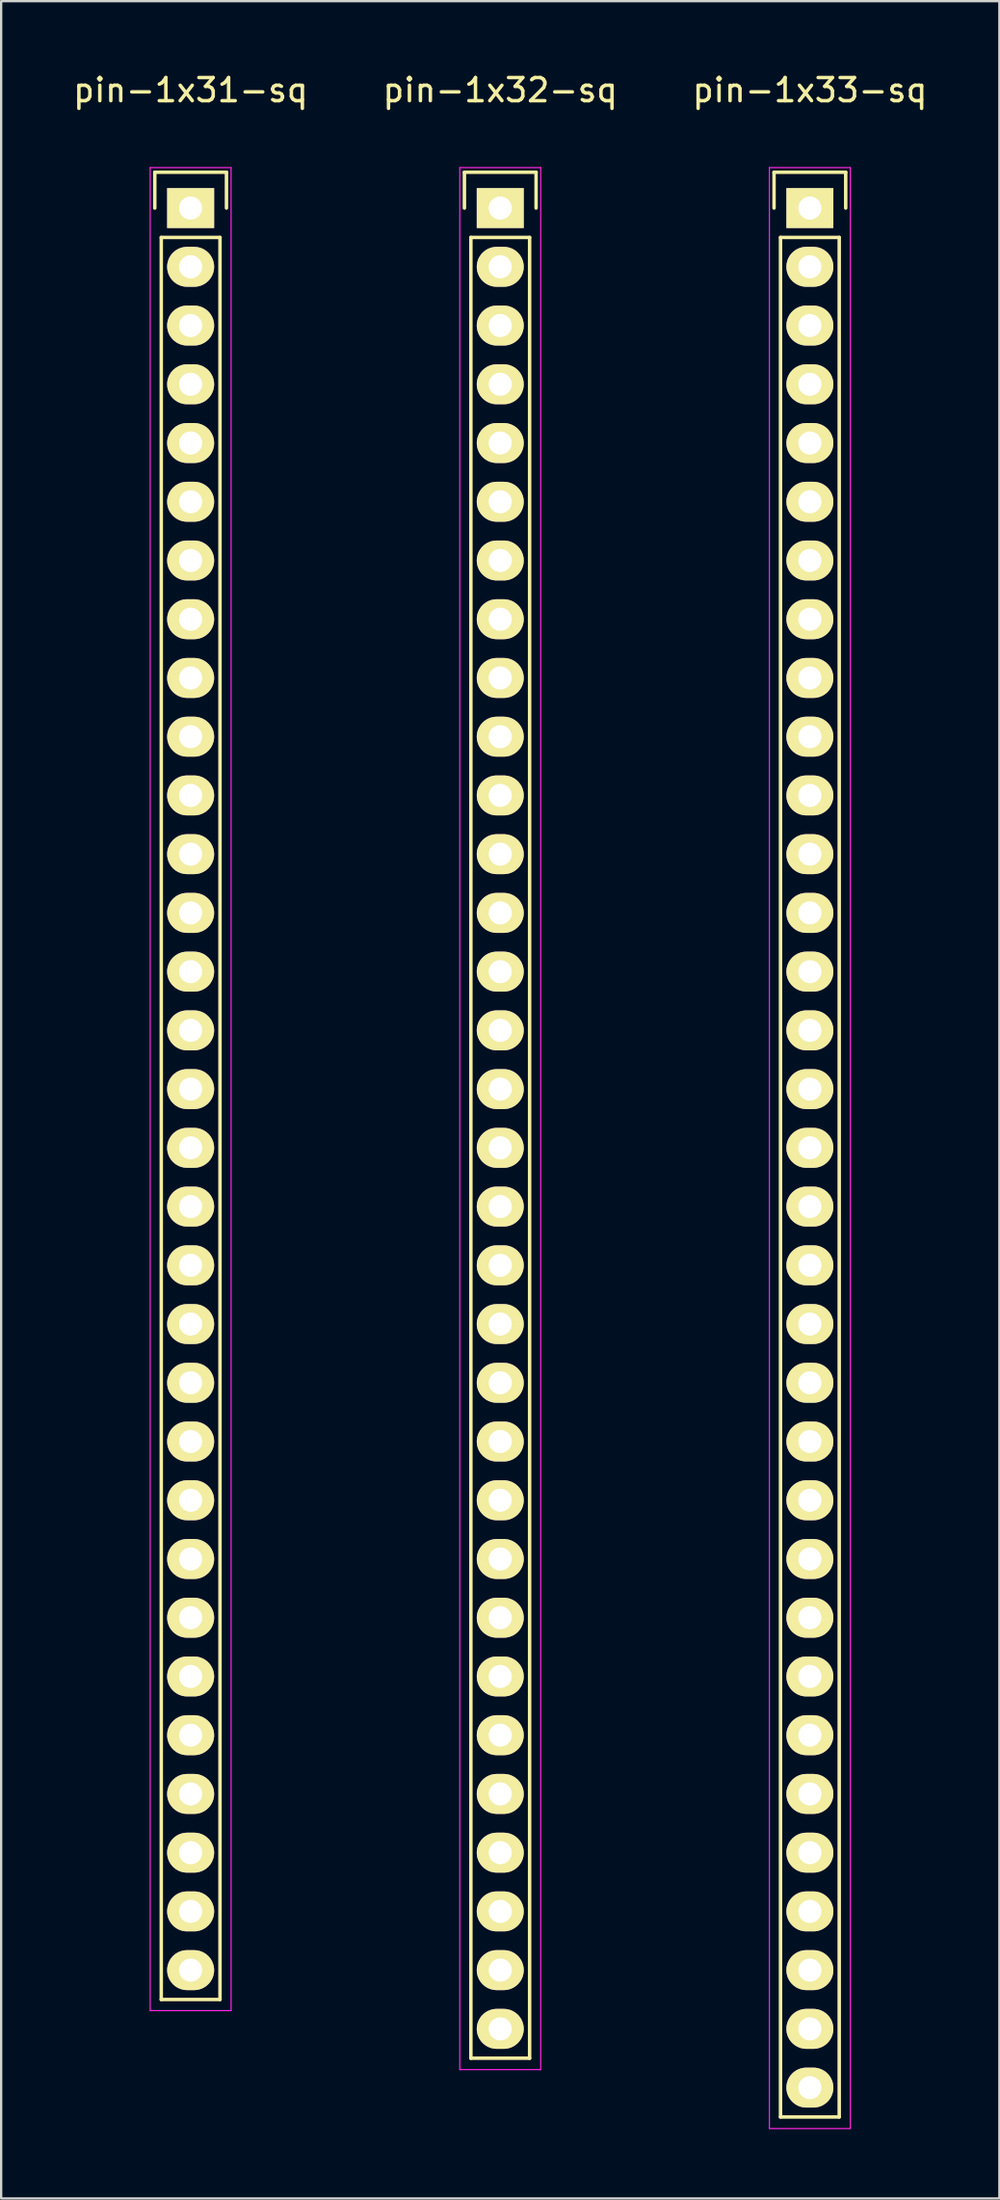
<source format=kicad_pcb>
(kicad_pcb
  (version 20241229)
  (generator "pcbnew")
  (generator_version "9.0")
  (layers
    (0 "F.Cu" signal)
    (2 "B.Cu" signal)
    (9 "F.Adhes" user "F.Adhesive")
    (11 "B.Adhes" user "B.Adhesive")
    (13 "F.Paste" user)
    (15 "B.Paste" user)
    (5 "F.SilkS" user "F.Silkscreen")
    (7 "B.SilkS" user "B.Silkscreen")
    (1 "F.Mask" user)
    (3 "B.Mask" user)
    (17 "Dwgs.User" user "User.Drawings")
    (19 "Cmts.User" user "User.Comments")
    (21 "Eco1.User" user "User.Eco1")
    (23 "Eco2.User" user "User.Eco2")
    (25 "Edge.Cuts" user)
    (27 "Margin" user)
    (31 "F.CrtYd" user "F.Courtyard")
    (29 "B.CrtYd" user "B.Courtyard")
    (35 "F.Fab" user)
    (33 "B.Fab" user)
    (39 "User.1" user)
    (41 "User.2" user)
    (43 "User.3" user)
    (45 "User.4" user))
  (footprint "pin-1x33-sq"
    (layer "F.Cu")
    (at 31.982 5.948)
    (property "Reference" "pin-1x33-sq" (at 0 -5.1 0) (layer "F.SilkS") (effects (font (size 1 1) (thickness 0.15))))
    (attr through_hole)
    (fp_line (start -1.55 -1.55) (end 1.55 -1.55) (stroke (width 0.15) (type solid)) (layer "F.SilkS"))
    (fp_line (start -1.55 0) (end -1.55 -1.55) (stroke (width 0.15) (type solid)) (layer "F.SilkS"))
    (fp_line (start -1.27 1.27) (end -1.27 82.55) (stroke (width 0.15) (type solid)) (layer "F.SilkS"))
    (fp_line (start -1.27 82.55) (end 1.27 82.55) (stroke (width 0.15) (type solid)) (layer "F.SilkS"))
    (fp_line (start 1.27 1.27) (end -1.27 1.27) (stroke (width 0.15) (type solid)) (layer "F.SilkS"))
    (fp_line (start 1.27 82.55) (end 1.27 1.27) (stroke (width 0.15) (type solid)) (layer "F.SilkS"))
    (fp_line (start 1.55 -1.55) (end 1.55 0) (stroke (width 0.15) (type solid)) (layer "F.SilkS"))
    (fp_line (start -1.75 -1.75) (end -1.75 83.05) (stroke (width 0.05) (type solid)) (layer "F.CrtYd"))
    (fp_line (start -1.75 -1.75) (end 1.75 -1.75) (stroke (width 0.05) (type solid)) (layer "F.CrtYd"))
    (fp_line (start -1.75 83.05) (end 1.75 83.05) (stroke (width 0.05) (type solid)) (layer "F.CrtYd"))
    (fp_line (start 1.75 -1.75) (end 1.75 83.05) (stroke (width 0.05) (type solid)) (layer "F.CrtYd"))
    (pad "1" thru_hole rect (at 0 0) (size 2.032 1.727) (drill 1) (layers "*.Cu" "*.Mask" "F.SilkS"))
    (pad "2" thru_hole oval (at 0 2.54) (size 2.032 1.727) (drill 1) (layers "*.Cu" "*.Mask" "F.SilkS"))
    (pad "3" thru_hole oval (at 0 5.08) (size 2.032 1.727) (drill 1) (layers "*.Cu" "*.Mask" "F.SilkS"))
    (pad "4" thru_hole oval (at 0 7.62) (size 2.032 1.727) (drill 1) (layers "*.Cu" "*.Mask" "F.SilkS"))
    (pad "5" thru_hole oval (at 0 10.16) (size 2.032 1.727) (drill 1) (layers "*.Cu" "*.Mask" "F.SilkS"))
    (pad "6" thru_hole oval (at 0 12.7) (size 2.032 1.727) (drill 1) (layers "*.Cu" "*.Mask" "F.SilkS"))
    (pad "7" thru_hole oval (at 0 15.24) (size 2.032 1.727) (drill 1) (layers "*.Cu" "*.Mask" "F.SilkS"))
    (pad "8" thru_hole oval (at 0 17.78) (size 2.032 1.727) (drill 1) (layers "*.Cu" "*.Mask" "F.SilkS"))
    (pad "9" thru_hole oval (at 0 20.32) (size 2.032 1.727) (drill 1) (layers "*.Cu" "*.Mask" "F.SilkS"))
    (pad "10" thru_hole oval (at 0 22.86) (size 2.032 1.727) (drill 1) (layers "*.Cu" "*.Mask" "F.SilkS"))
    (pad "11" thru_hole oval (at 0 25.4) (size 2.032 1.727) (drill 1) (layers "*.Cu" "*.Mask" "F.SilkS"))
    (pad "12" thru_hole oval (at 0 27.94) (size 2.032 1.727) (drill 1) (layers "*.Cu" "*.Mask" "F.SilkS"))
    (pad "13" thru_hole oval (at 0 30.48) (size 2.032 1.727) (drill 1) (layers "*.Cu" "*.Mask" "F.SilkS"))
    (pad "14" thru_hole oval (at 0 33.02) (size 2.032 1.727) (drill 1) (layers "*.Cu" "*.Mask" "F.SilkS"))
    (pad "15" thru_hole oval (at 0 35.56) (size 2.032 1.727) (drill 1) (layers "*.Cu" "*.Mask" "F.SilkS"))
    (pad "16" thru_hole oval (at 0 38.1) (size 2.032 1.727) (drill 1) (layers "*.Cu" "*.Mask" "F.SilkS"))
    (pad "17" thru_hole oval (at 0 40.64) (size 2.032 1.727) (drill 1) (layers "*.Cu" "*.Mask" "F.SilkS"))
    (pad "18" thru_hole oval (at 0 43.18) (size 2.032 1.727) (drill 1) (layers "*.Cu" "*.Mask" "F.SilkS"))
    (pad "19" thru_hole oval (at 0 45.72) (size 2.032 1.727) (drill 1) (layers "*.Cu" "*.Mask" "F.SilkS"))
    (pad "20" thru_hole oval (at 0 48.26) (size 2.032 1.727) (drill 1) (layers "*.Cu" "*.Mask" "F.SilkS"))
    (pad "21" thru_hole oval (at 0 50.8) (size 2.032 1.727) (drill 1) (layers "*.Cu" "*.Mask" "F.SilkS"))
    (pad "22" thru_hole oval (at 0 53.34) (size 2.032 1.727) (drill 1) (layers "*.Cu" "*.Mask" "F.SilkS"))
    (pad "23" thru_hole oval (at 0 55.88) (size 2.032 1.727) (drill 1) (layers "*.Cu" "*.Mask" "F.SilkS"))
    (pad "24" thru_hole oval (at 0 58.42) (size 2.032 1.727) (drill 1) (layers "*.Cu" "*.Mask" "F.SilkS"))
    (pad "25" thru_hole oval (at 0 60.96) (size 2.032 1.727) (drill 1) (layers "*.Cu" "*.Mask" "F.SilkS"))
    (pad "26" thru_hole oval (at 0 63.5) (size 2.032 1.727) (drill 1) (layers "*.Cu" "*.Mask" "F.SilkS"))
    (pad "27" thru_hole oval (at 0 66.04) (size 2.032 1.727) (drill 1) (layers "*.Cu" "*.Mask" "F.SilkS"))
    (pad "28" thru_hole oval (at 0 68.58) (size 2.032 1.727) (drill 1) (layers "*.Cu" "*.Mask" "F.SilkS"))
    (pad "29" thru_hole oval (at 0 71.12) (size 2.032 1.727) (drill 1) (layers "*.Cu" "*.Mask" "F.SilkS"))
    (pad "30" thru_hole oval (at 0 73.66) (size 2.032 1.727) (drill 1) (layers "*.Cu" "*.Mask" "F.SilkS"))
    (pad "31" thru_hole oval (at 0 76.2) (size 2.032 1.727) (drill 1) (layers "*.Cu" "*.Mask" "F.SilkS"))
    (pad "32" thru_hole oval (at 0 78.74) (size 2.032 1.727) (drill 1) (layers "*.Cu" "*.Mask" "F.SilkS"))
    (pad "33" thru_hole oval (at 0 81.28) (size 2.032 1.727) (drill 1) (layers "*.Cu" "*.Mask" "F.SilkS")))
  (footprint "pin-1x32-sq"
    (layer "F.Cu")
    (at 18.589 5.948)
    (property "Reference" "pin-1x32-sq" (at 0 -5.1 0) (layer "F.SilkS") (effects (font (size 1 1) (thickness 0.15))))
    (attr through_hole)
    (fp_line (start -1.55 -1.55) (end 1.55 -1.55) (stroke (width 0.15) (type solid)) (layer "F.SilkS"))
    (fp_line (start -1.55 0) (end -1.55 -1.55) (stroke (width 0.15) (type solid)) (layer "F.SilkS"))
    (fp_line (start -1.27 1.27) (end -1.27 80.01) (stroke (width 0.15) (type solid)) (layer "F.SilkS"))
    (fp_line (start -1.27 80.01) (end 1.27 80.01) (stroke (width 0.15) (type solid)) (layer "F.SilkS"))
    (fp_line (start 1.27 1.27) (end -1.27 1.27) (stroke (width 0.15) (type solid)) (layer "F.SilkS"))
    (fp_line (start 1.27 80.01) (end 1.27 1.27) (stroke (width 0.15) (type solid)) (layer "F.SilkS"))
    (fp_line (start 1.55 -1.55) (end 1.55 0) (stroke (width 0.15) (type solid)) (layer "F.SilkS"))
    (fp_line (start -1.75 -1.75) (end -1.75 80.5) (stroke (width 0.05) (type solid)) (layer "F.CrtYd"))
    (fp_line (start -1.75 -1.75) (end 1.75 -1.75) (stroke (width 0.05) (type solid)) (layer "F.CrtYd"))
    (fp_line (start -1.75 80.5) (end 1.75 80.5) (stroke (width 0.05) (type solid)) (layer "F.CrtYd"))
    (fp_line (start 1.75 -1.75) (end 1.75 80.5) (stroke (width 0.05) (type solid)) (layer "F.CrtYd"))
    (pad "1" thru_hole rect (at 0 0) (size 2.032 1.727) (drill 1) (layers "*.Cu" "*.Mask" "F.SilkS"))
    (pad "2" thru_hole oval (at 0 2.54) (size 2.032 1.727) (drill 1) (layers "*.Cu" "*.Mask" "F.SilkS"))
    (pad "3" thru_hole oval (at 0 5.08) (size 2.032 1.727) (drill 1) (layers "*.Cu" "*.Mask" "F.SilkS"))
    (pad "4" thru_hole oval (at 0 7.62) (size 2.032 1.727) (drill 1) (layers "*.Cu" "*.Mask" "F.SilkS"))
    (pad "5" thru_hole oval (at 0 10.16) (size 2.032 1.727) (drill 1) (layers "*.Cu" "*.Mask" "F.SilkS"))
    (pad "6" thru_hole oval (at 0 12.7) (size 2.032 1.727) (drill 1) (layers "*.Cu" "*.Mask" "F.SilkS"))
    (pad "7" thru_hole oval (at 0 15.24) (size 2.032 1.727) (drill 1) (layers "*.Cu" "*.Mask" "F.SilkS"))
    (pad "8" thru_hole oval (at 0 17.78) (size 2.032 1.727) (drill 1) (layers "*.Cu" "*.Mask" "F.SilkS"))
    (pad "9" thru_hole oval (at 0 20.32) (size 2.032 1.727) (drill 1) (layers "*.Cu" "*.Mask" "F.SilkS"))
    (pad "10" thru_hole oval (at 0 22.86) (size 2.032 1.727) (drill 1) (layers "*.Cu" "*.Mask" "F.SilkS"))
    (pad "11" thru_hole oval (at 0 25.4) (size 2.032 1.727) (drill 1) (layers "*.Cu" "*.Mask" "F.SilkS"))
    (pad "12" thru_hole oval (at 0 27.94) (size 2.032 1.727) (drill 1) (layers "*.Cu" "*.Mask" "F.SilkS"))
    (pad "13" thru_hole oval (at 0 30.48) (size 2.032 1.727) (drill 1) (layers "*.Cu" "*.Mask" "F.SilkS"))
    (pad "14" thru_hole oval (at 0 33.02) (size 2.032 1.727) (drill 1) (layers "*.Cu" "*.Mask" "F.SilkS"))
    (pad "15" thru_hole oval (at 0 35.56) (size 2.032 1.727) (drill 1) (layers "*.Cu" "*.Mask" "F.SilkS"))
    (pad "16" thru_hole oval (at 0 38.1) (size 2.032 1.727) (drill 1) (layers "*.Cu" "*.Mask" "F.SilkS"))
    (pad "17" thru_hole oval (at 0 40.64) (size 2.032 1.727) (drill 1) (layers "*.Cu" "*.Mask" "F.SilkS"))
    (pad "18" thru_hole oval (at 0 43.18) (size 2.032 1.727) (drill 1) (layers "*.Cu" "*.Mask" "F.SilkS"))
    (pad "19" thru_hole oval (at 0 45.72) (size 2.032 1.727) (drill 1) (layers "*.Cu" "*.Mask" "F.SilkS"))
    (pad "20" thru_hole oval (at 0 48.26) (size 2.032 1.727) (drill 1) (layers "*.Cu" "*.Mask" "F.SilkS"))
    (pad "21" thru_hole oval (at 0 50.8) (size 2.032 1.727) (drill 1) (layers "*.Cu" "*.Mask" "F.SilkS"))
    (pad "22" thru_hole oval (at 0 53.34) (size 2.032 1.727) (drill 1) (layers "*.Cu" "*.Mask" "F.SilkS"))
    (pad "23" thru_hole oval (at 0 55.88) (size 2.032 1.727) (drill 1) (layers "*.Cu" "*.Mask" "F.SilkS"))
    (pad "24" thru_hole oval (at 0 58.42) (size 2.032 1.727) (drill 1) (layers "*.Cu" "*.Mask" "F.SilkS"))
    (pad "25" thru_hole oval (at 0 60.96) (size 2.032 1.727) (drill 1) (layers "*.Cu" "*.Mask" "F.SilkS"))
    (pad "26" thru_hole oval (at 0 63.5) (size 2.032 1.727) (drill 1) (layers "*.Cu" "*.Mask" "F.SilkS"))
    (pad "27" thru_hole oval (at 0 66.04) (size 2.032 1.727) (drill 1) (layers "*.Cu" "*.Mask" "F.SilkS"))
    (pad "28" thru_hole oval (at 0 68.58) (size 2.032 1.727) (drill 1) (layers "*.Cu" "*.Mask" "F.SilkS"))
    (pad "29" thru_hole oval (at 0 71.12) (size 2.032 1.727) (drill 1) (layers "*.Cu" "*.Mask" "F.SilkS"))
    (pad "30" thru_hole oval (at 0 73.66) (size 2.032 1.727) (drill 1) (layers "*.Cu" "*.Mask" "F.SilkS"))
    (pad "31" thru_hole oval (at 0 76.2) (size 2.032 1.727) (drill 1) (layers "*.Cu" "*.Mask" "F.SilkS"))
    (pad "32" thru_hole oval (at 0 78.74) (size 2.032 1.727) (drill 1) (layers "*.Cu" "*.Mask" "F.SilkS")))
  (footprint "pin-1x31-sq"
    (layer "F.Cu")
    (at 5.196 5.948)
    (property "Reference" "pin-1x31-sq" (at 0 -5.1 0) (layer "F.SilkS") (effects (font (size 1 1) (thickness 0.15))))
    (attr through_hole)
    (fp_line (start -1.55 -1.55) (end 1.55 -1.55) (stroke (width 0.15) (type solid)) (layer "F.SilkS"))
    (fp_line (start -1.55 0) (end -1.55 -1.55) (stroke (width 0.15) (type solid)) (layer "F.SilkS"))
    (fp_line (start -1.27 1.27) (end -1.27 77.47) (stroke (width 0.15) (type solid)) (layer "F.SilkS"))
    (fp_line (start -1.27 77.47) (end 1.27 77.47) (stroke (width 0.15) (type solid)) (layer "F.SilkS"))
    (fp_line (start 1.27 1.27) (end -1.27 1.27) (stroke (width 0.15) (type solid)) (layer "F.SilkS"))
    (fp_line (start 1.27 77.47) (end 1.27 1.27) (stroke (width 0.15) (type solid)) (layer "F.SilkS"))
    (fp_line (start 1.55 -1.55) (end 1.55 0) (stroke (width 0.15) (type solid)) (layer "F.SilkS"))
    (fp_line (start -1.75 -1.75) (end -1.75 77.95) (stroke (width 0.05) (type solid)) (layer "F.CrtYd"))
    (fp_line (start -1.75 -1.75) (end 1.75 -1.75) (stroke (width 0.05) (type solid)) (layer "F.CrtYd"))
    (fp_line (start -1.75 77.95) (end 1.75 77.95) (stroke (width 0.05) (type solid)) (layer "F.CrtYd"))
    (fp_line (start 1.75 -1.75) (end 1.75 77.95) (stroke (width 0.05) (type solid)) (layer "F.CrtYd"))
    (pad "1" thru_hole rect (at 0 0) (size 2.032 1.727) (drill 1) (layers "*.Cu" "*.Mask" "F.SilkS"))
    (pad "2" thru_hole oval (at 0 2.54) (size 2.032 1.727) (drill 1) (layers "*.Cu" "*.Mask" "F.SilkS"))
    (pad "3" thru_hole oval (at 0 5.08) (size 2.032 1.727) (drill 1) (layers "*.Cu" "*.Mask" "F.SilkS"))
    (pad "4" thru_hole oval (at 0 7.62) (size 2.032 1.727) (drill 1) (layers "*.Cu" "*.Mask" "F.SilkS"))
    (pad "5" thru_hole oval (at 0 10.16) (size 2.032 1.727) (drill 1) (layers "*.Cu" "*.Mask" "F.SilkS"))
    (pad "6" thru_hole oval (at 0 12.7) (size 2.032 1.727) (drill 1) (layers "*.Cu" "*.Mask" "F.SilkS"))
    (pad "7" thru_hole oval (at 0 15.24) (size 2.032 1.727) (drill 1) (layers "*.Cu" "*.Mask" "F.SilkS"))
    (pad "8" thru_hole oval (at 0 17.78) (size 2.032 1.727) (drill 1) (layers "*.Cu" "*.Mask" "F.SilkS"))
    (pad "9" thru_hole oval (at 0 20.32) (size 2.032 1.727) (drill 1) (layers "*.Cu" "*.Mask" "F.SilkS"))
    (pad "10" thru_hole oval (at 0 22.86) (size 2.032 1.727) (drill 1) (layers "*.Cu" "*.Mask" "F.SilkS"))
    (pad "11" thru_hole oval (at 0 25.4) (size 2.032 1.727) (drill 1) (layers "*.Cu" "*.Mask" "F.SilkS"))
    (pad "12" thru_hole oval (at 0 27.94) (size 2.032 1.727) (drill 1) (layers "*.Cu" "*.Mask" "F.SilkS"))
    (pad "13" thru_hole oval (at 0 30.48) (size 2.032 1.727) (drill 1) (layers "*.Cu" "*.Mask" "F.SilkS"))
    (pad "14" thru_hole oval (at 0 33.02) (size 2.032 1.727) (drill 1) (layers "*.Cu" "*.Mask" "F.SilkS"))
    (pad "15" thru_hole oval (at 0 35.56) (size 2.032 1.727) (drill 1) (layers "*.Cu" "*.Mask" "F.SilkS"))
    (pad "16" thru_hole oval (at 0 38.1) (size 2.032 1.727) (drill 1) (layers "*.Cu" "*.Mask" "F.SilkS"))
    (pad "17" thru_hole oval (at 0 40.64) (size 2.032 1.727) (drill 1) (layers "*.Cu" "*.Mask" "F.SilkS"))
    (pad "18" thru_hole oval (at 0 43.18) (size 2.032 1.727) (drill 1) (layers "*.Cu" "*.Mask" "F.SilkS"))
    (pad "19" thru_hole oval (at 0 45.72) (size 2.032 1.727) (drill 1) (layers "*.Cu" "*.Mask" "F.SilkS"))
    (pad "20" thru_hole oval (at 0 48.26) (size 2.032 1.727) (drill 1) (layers "*.Cu" "*.Mask" "F.SilkS"))
    (pad "21" thru_hole oval (at 0 50.8) (size 2.032 1.727) (drill 1) (layers "*.Cu" "*.Mask" "F.SilkS"))
    (pad "22" thru_hole oval (at 0 53.34) (size 2.032 1.727) (drill 1) (layers "*.Cu" "*.Mask" "F.SilkS"))
    (pad "23" thru_hole oval (at 0 55.88) (size 2.032 1.727) (drill 1) (layers "*.Cu" "*.Mask" "F.SilkS"))
    (pad "24" thru_hole oval (at 0 58.42) (size 2.032 1.727) (drill 1) (layers "*.Cu" "*.Mask" "F.SilkS"))
    (pad "25" thru_hole oval (at 0 60.96) (size 2.032 1.727) (drill 1) (layers "*.Cu" "*.Mask" "F.SilkS"))
    (pad "26" thru_hole oval (at 0 63.5) (size 2.032 1.727) (drill 1) (layers "*.Cu" "*.Mask" "F.SilkS"))
    (pad "27" thru_hole oval (at 0 66.04) (size 2.032 1.727) (drill 1) (layers "*.Cu" "*.Mask" "F.SilkS"))
    (pad "28" thru_hole oval (at 0 68.58) (size 2.032 1.727) (drill 1) (layers "*.Cu" "*.Mask" "F.SilkS"))
    (pad "29" thru_hole oval (at 0 71.12) (size 2.032 1.727) (drill 1) (layers "*.Cu" "*.Mask" "F.SilkS"))
    (pad "30" thru_hole oval (at 0 73.66) (size 2.032 1.727) (drill 1) (layers "*.Cu" "*.Mask" "F.SilkS"))
    (pad "31" thru_hole oval (at 0 76.2) (size 2.032 1.727) (drill 1) (layers "*.Cu" "*.Mask" "F.SilkS")))
  (gr_rect
    (start -3 -3)
    (end 40.179 92.023)
    (stroke (width 0.1) (type default))
    (fill no)
    (layer "Edge.Cuts")))
</source>
